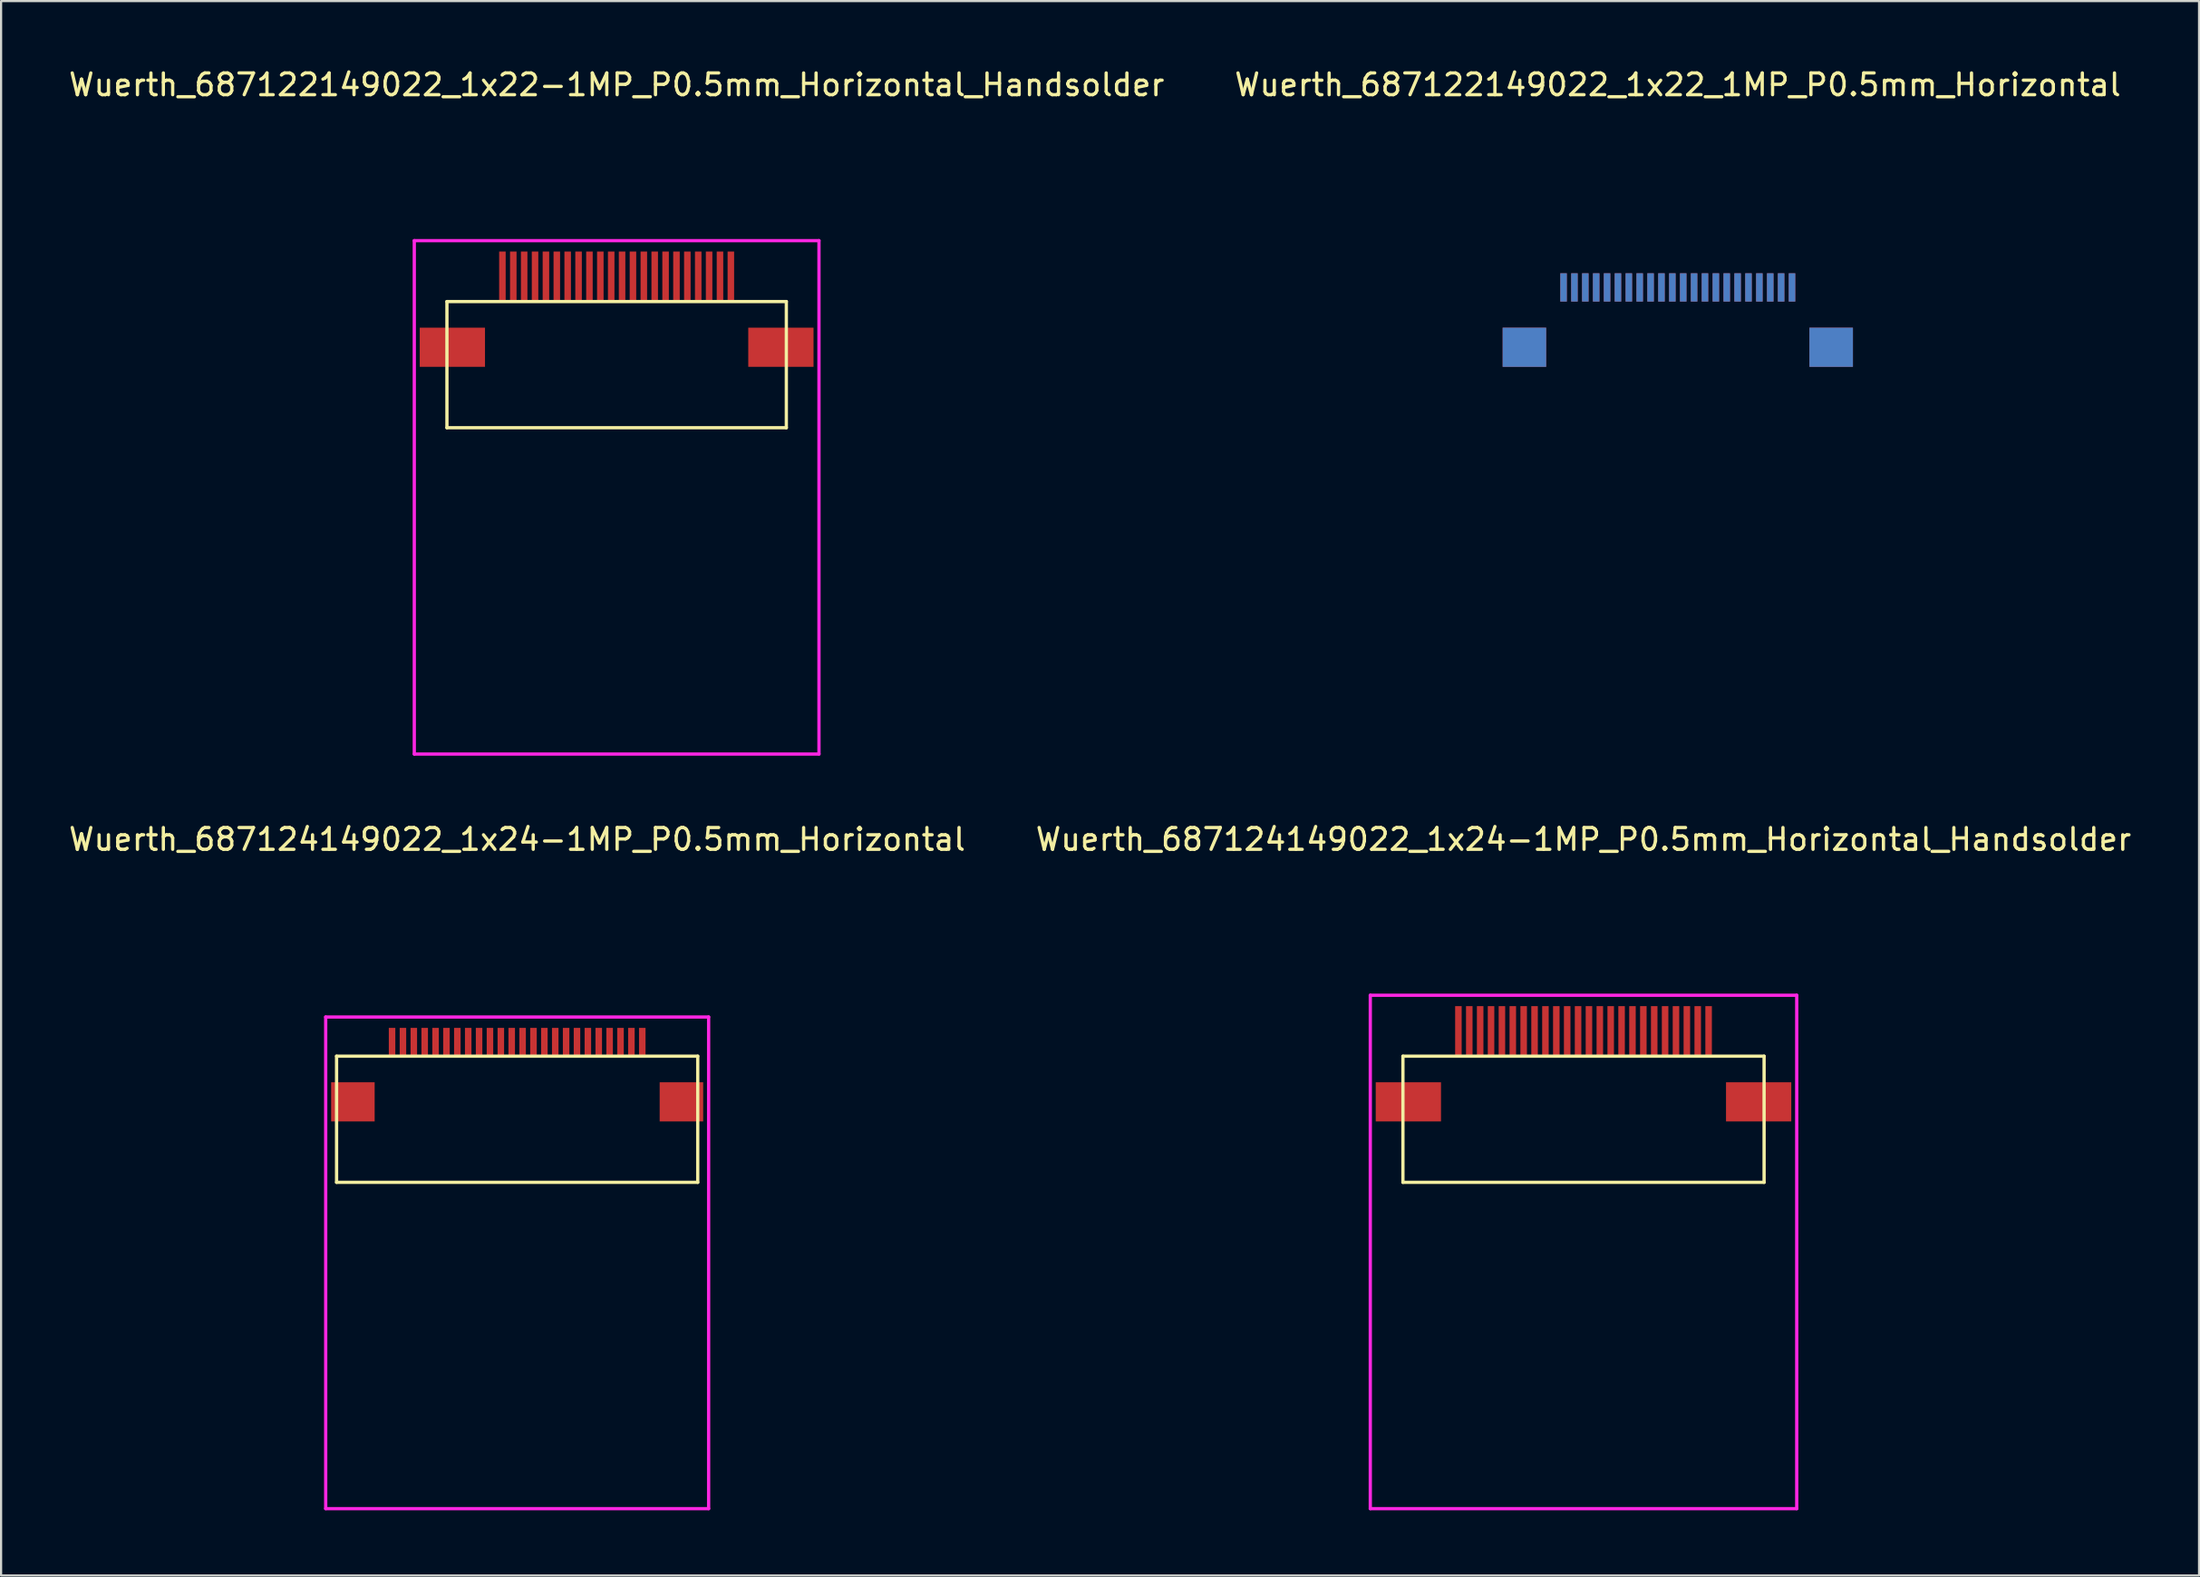
<source format=kicad_pcb>
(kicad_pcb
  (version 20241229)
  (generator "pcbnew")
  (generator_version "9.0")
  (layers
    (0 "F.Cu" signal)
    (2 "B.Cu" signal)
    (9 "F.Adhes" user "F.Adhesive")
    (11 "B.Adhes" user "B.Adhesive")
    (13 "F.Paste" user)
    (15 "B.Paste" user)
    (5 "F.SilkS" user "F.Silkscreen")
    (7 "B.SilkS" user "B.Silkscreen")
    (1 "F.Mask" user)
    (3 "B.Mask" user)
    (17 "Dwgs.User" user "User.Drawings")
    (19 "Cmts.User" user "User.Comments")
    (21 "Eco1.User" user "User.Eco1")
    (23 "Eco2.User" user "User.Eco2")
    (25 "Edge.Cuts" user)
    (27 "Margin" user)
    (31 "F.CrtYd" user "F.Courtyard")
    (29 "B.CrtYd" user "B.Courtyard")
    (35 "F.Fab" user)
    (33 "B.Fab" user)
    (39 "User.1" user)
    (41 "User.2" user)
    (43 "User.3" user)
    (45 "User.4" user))
  (footprint "Wuerth_687122149022_1x22_1MP_P0.5mm_Horizontal"
    (layer "F.Cu")
    (at 74.065 12.913)
    (property "Reference" "Wuerth_687122149022_1x22_1MP_P0.5mm_Horizontal" (at 0 -12.065 0) (layer "F.SilkS") (effects (font (size 1 1) (thickness 0.15))))
    (attr through_hole)
    (pad "1" smd rect (at -5.25 -2.75) (size 0.3 1.3) (layers "*.Cu" "*.Mask"))
    (pad "2" smd rect (at -4.75 -2.75) (size 0.3 1.3) (layers "*.Cu" "*.Mask"))
    (pad "3" smd rect (at -4.25 -2.75) (size 0.3 1.3) (layers "*.Cu" "*.Mask"))
    (pad "4" smd rect (at -3.75 -2.75) (size 0.3 1.3) (layers "*.Cu" "*.Mask"))
    (pad "5" smd rect (at -3.25 -2.75) (size 0.3 1.3) (layers "*.Cu" "*.Mask"))
    (pad "6" smd rect (at -2.75 -2.75) (size 0.3 1.3) (layers "*.Cu" "*.Mask"))
    (pad "7" smd rect (at -2.25 -2.75) (size 0.3 1.3) (layers "*.Cu" "*.Mask"))
    (pad "8" smd rect (at -1.75 -2.75) (size 0.3 1.3) (layers "*.Cu" "*.Mask"))
    (pad "9" smd rect (at -1.25 -2.75) (size 0.3 1.3) (layers "*.Cu" "*.Mask"))
    (pad "10" smd rect (at -0.75 -2.75) (size 0.3 1.3) (layers "*.Cu" "*.Mask"))
    (pad "11" smd rect (at -0.25 -2.75) (size 0.3 1.3) (layers "*.Cu" "*.Mask"))
    (pad "12" smd rect (at 0.25 -2.75) (size 0.3 1.3) (layers "*.Cu" "*.Mask"))
    (pad "13" smd rect (at 0.75 -2.75) (size 0.3 1.3) (layers "*.Cu" "*.Mask"))
    (pad "14" smd rect (at 1.25 -2.75) (size 0.3 1.3) (layers "*.Cu" "*.Mask"))
    (pad "15" smd rect (at 1.75 -2.75) (size 0.3 1.3) (layers "*.Cu" "*.Mask"))
    (pad "16" smd rect (at 2.25 -2.75) (size 0.3 1.3) (layers "*.Cu" "*.Mask"))
    (pad "17" smd rect (at 2.75 -2.75) (size 0.3 1.3) (layers "*.Cu" "*.Mask"))
    (pad "18" smd rect (at 3.25 -2.75) (size 0.3 1.3) (layers "*.Cu" "*.Mask"))
    (pad "19" smd rect (at 3.75 -2.75) (size 0.3 1.3) (layers "*.Cu" "*.Mask"))
    (pad "20" smd rect (at 4.25 -2.75) (size 0.3 1.3) (layers "*.Cu" "*.Mask"))
    (pad "21" smd rect (at 4.75 -2.75) (size 0.3 1.3) (layers "*.Cu" "*.Mask"))
    (pad "22" smd rect (at 5.25 -2.75) (size 0.3 1.3) (layers "*.Cu" "*.Mask"))
    (pad "MP" smd rect (at -7.05 0) (size 2 1.8) (layers "*.Cu" "*.Mask"))
    (pad "MP" smd rect (at 7.05 0) (size 2 1.8) (layers "*.Cu" "*.Mask")))
  (footprint "Wuerth_687124149022_1x24-1MP_P0.5mm_Horizontal"
    (layer "F.Cu")
    (at 20.72 47.602)
    (property "Reference" "Wuerth_687124149022_1x24-1MP_P0.5mm_Horizontal" (at 0 -12.065 0) (layer "F.SilkS") (effects (font (size 1 1) (thickness 0.15))))
    (attr through_hole)
    (fp_line (start -8.3 -2.1) (end 8.3 -2.1) (stroke (width 0.15) (type solid)) (layer "F.SilkS"))
    (fp_line (start -8.3 3.7) (end -8.3 -2.1) (stroke (width 0.15) (type solid)) (layer "F.SilkS"))
    (fp_line (start 8.3 -2.1) (end 8.3 3.7) (stroke (width 0.15) (type solid)) (layer "F.SilkS"))
    (fp_line (start 8.3 3.7) (end -8.3 3.7) (stroke (width 0.15) (type solid)) (layer "F.SilkS"))
    (fp_line (start -8.8 -3.9) (end 8.8 -3.9) (stroke (width 0.15) (type solid)) (layer "F.CrtYd"))
    (fp_line (start -8.8 18.7) (end -8.8 -3.9) (stroke (width 0.15) (type solid)) (layer "F.CrtYd"))
    (fp_line (start 8.8 -3.9) (end 8.8 18.7) (stroke (width 0.15) (type solid)) (layer "F.CrtYd"))
    (fp_line (start 8.8 18.7) (end -8.8 18.7) (stroke (width 0.15) (type solid)) (layer "F.CrtYd"))
    (pad "1" smd rect (at -5.75 -2.75) (size 0.3 1.3) (layers "F.Cu" "F.Mask" "F.Paste"))
    (pad "2" smd rect (at -5.25 -2.75) (size 0.3 1.3) (layers "F.Cu" "F.Mask" "F.Paste"))
    (pad "3" smd rect (at -4.75 -2.75) (size 0.3 1.3) (layers "F.Cu" "F.Mask" "F.Paste"))
    (pad "4" smd rect (at -4.25 -2.75) (size 0.3 1.3) (layers "F.Cu" "F.Mask" "F.Paste"))
    (pad "5" smd rect (at -3.75 -2.75) (size 0.3 1.3) (layers "F.Cu" "F.Mask" "F.Paste"))
    (pad "6" smd rect (at -3.25 -2.75) (size 0.3 1.3) (layers "F.Cu" "F.Mask" "F.Paste"))
    (pad "7" smd rect (at -2.75 -2.75) (size 0.3 1.3) (layers "F.Cu" "F.Mask" "F.Paste"))
    (pad "8" smd rect (at -2.25 -2.75) (size 0.3 1.3) (layers "F.Cu" "F.Mask" "F.Paste"))
    (pad "9" smd rect (at -1.75 -2.75) (size 0.3 1.3) (layers "F.Cu" "F.Mask" "F.Paste"))
    (pad "10" smd rect (at -1.25 -2.75) (size 0.3 1.3) (layers "F.Cu" "F.Mask" "F.Paste"))
    (pad "11" smd rect (at -0.75 -2.75) (size 0.3 1.3) (layers "F.Cu" "F.Mask" "F.Paste"))
    (pad "12" smd rect (at -0.25 -2.75) (size 0.3 1.3) (layers "F.Cu" "F.Mask" "F.Paste"))
    (pad "13" smd rect (at 0.25 -2.75) (size 0.3 1.3) (layers "F.Cu" "F.Mask" "F.Paste"))
    (pad "14" smd rect (at 0.75 -2.75) (size 0.3 1.3) (layers "F.Cu" "F.Mask" "F.Paste"))
    (pad "15" smd rect (at 1.25 -2.75) (size 0.3 1.3) (layers "F.Cu" "F.Mask" "F.Paste"))
    (pad "16" smd rect (at 1.75 -2.75) (size 0.3 1.3) (layers "F.Cu" "F.Mask" "F.Paste"))
    (pad "17" smd rect (at 2.25 -2.75) (size 0.3 1.3) (layers "F.Cu" "F.Mask" "F.Paste"))
    (pad "18" smd rect (at 2.75 -2.75) (size 0.3 1.3) (layers "F.Cu" "F.Mask" "F.Paste"))
    (pad "19" smd rect (at 3.25 -2.75) (size 0.3 1.3) (layers "F.Cu" "F.Mask" "F.Paste"))
    (pad "20" smd rect (at 3.75 -2.75) (size 0.3 1.3) (layers "F.Cu" "F.Mask" "F.Paste"))
    (pad "21" smd rect (at 4.25 -2.75) (size 0.3 1.3) (layers "F.Cu" "F.Mask" "F.Paste"))
    (pad "22" smd rect (at 4.75 -2.75) (size 0.3 1.3) (layers "F.Cu" "F.Mask" "F.Paste"))
    (pad "23" smd rect (at 5.25 -2.75) (size 0.3 1.3) (layers "F.Cu" "F.Mask" "F.Paste"))
    (pad "24" smd rect (at 5.75 -2.75) (size 0.3 1.3) (layers "F.Cu" "F.Mask" "F.Paste"))
    (pad "MP" smd rect (at -7.55 0) (size 2 1.8) (layers "F.Cu" "F.Mask" "F.Paste"))
    (pad "MP" smd rect (at 7.55 0) (size 2 1.8) (layers "F.Cu" "F.Mask" "F.Paste")))
  (footprint "Wuerth_687124149022_1x24-1MP_P0.5mm_Horizontal_Handsolder"
    (layer "F.Cu")
    (at 69.732 47.602)
    (property "Reference" "Wuerth_687124149022_1x24-1MP_P0.5mm_Horizontal_Handsolder" (at 0 -12.065 0) (layer "F.SilkS") (effects (font (size 1 1) (thickness 0.15))))
    (attr through_hole)
    (fp_line (start -8.3 -2.1) (end 8.3 -2.1) (stroke (width 0.15) (type solid)) (layer "F.SilkS"))
    (fp_line (start -8.3 3.7) (end -8.3 -2.1) (stroke (width 0.15) (type solid)) (layer "F.SilkS"))
    (fp_line (start 8.3 -2.1) (end 8.3 3.7) (stroke (width 0.15) (type solid)) (layer "F.SilkS"))
    (fp_line (start 8.3 3.7) (end -8.3 3.7) (stroke (width 0.15) (type solid)) (layer "F.SilkS"))
    (fp_line (start -9.8 -4.9) (end 9.8 -4.9) (stroke (width 0.15) (type solid)) (layer "F.CrtYd"))
    (fp_line (start -9.8 18.7) (end -9.8 -4.9) (stroke (width 0.15) (type solid)) (layer "F.CrtYd"))
    (fp_line (start 9.8 -4.9) (end 9.8 18.7) (stroke (width 0.15) (type solid)) (layer "F.CrtYd"))
    (fp_line (start 9.8 18.7) (end -9.8 18.7) (stroke (width 0.15) (type solid)) (layer "F.CrtYd"))
    (pad "1" smd rect (at -5.75 -3.25) (size 0.3 2.3) (layers "F.Cu" "F.Mask"))
    (pad "2" smd rect (at -5.25 -3.25) (size 0.3 2.3) (layers "F.Cu" "F.Mask"))
    (pad "3" smd rect (at -4.75 -3.25) (size 0.3 2.3) (layers "F.Cu" "F.Mask"))
    (pad "4" smd rect (at -4.25 -3.25) (size 0.3 2.3) (layers "F.Cu" "F.Mask"))
    (pad "5" smd rect (at -3.75 -3.25) (size 0.3 2.3) (layers "F.Cu" "F.Mask"))
    (pad "6" smd rect (at -3.25 -3.25) (size 0.3 2.3) (layers "F.Cu" "F.Mask"))
    (pad "7" smd rect (at -2.75 -3.25) (size 0.3 2.3) (layers "F.Cu" "F.Mask"))
    (pad "8" smd rect (at -2.25 -3.25) (size 0.3 2.3) (layers "F.Cu" "F.Mask"))
    (pad "9" smd rect (at -1.75 -3.25) (size 0.3 2.3) (layers "F.Cu" "F.Mask"))
    (pad "10" smd rect (at -1.25 -3.25) (size 0.3 2.3) (layers "F.Cu" "F.Mask"))
    (pad "11" smd rect (at -0.75 -3.25) (size 0.3 2.3) (layers "F.Cu" "F.Mask"))
    (pad "12" smd rect (at -0.25 -3.25) (size 0.3 2.3) (layers "F.Cu" "F.Mask"))
    (pad "13" smd rect (at 0.25 -3.25) (size 0.3 2.3) (layers "F.Cu" "F.Mask"))
    (pad "14" smd rect (at 0.75 -3.25) (size 0.3 2.3) (layers "F.Cu" "F.Mask"))
    (pad "15" smd rect (at 1.25 -3.25) (size 0.3 2.3) (layers "F.Cu" "F.Mask"))
    (pad "16" smd rect (at 1.75 -3.25) (size 0.3 2.3) (layers "F.Cu" "F.Mask"))
    (pad "17" smd rect (at 2.25 -3.25) (size 0.3 2.3) (layers "F.Cu" "F.Mask"))
    (pad "18" smd rect (at 2.75 -3.25) (size 0.3 2.3) (layers "F.Cu" "F.Mask"))
    (pad "19" smd rect (at 3.25 -3.25) (size 0.3 2.3) (layers "F.Cu" "F.Mask"))
    (pad "20" smd rect (at 3.75 -3.25) (size 0.3 2.3) (layers "F.Cu" "F.Mask"))
    (pad "21" smd rect (at 4.25 -3.25) (size 0.3 2.3) (layers "F.Cu" "F.Mask"))
    (pad "22" smd rect (at 4.75 -3.25) (size 0.3 2.3) (layers "F.Cu" "F.Mask"))
    (pad "23" smd rect (at 5.25 -3.25) (size 0.3 2.3) (layers "F.Cu" "F.Mask"))
    (pad "24" smd rect (at 5.75 -3.25) (size 0.3 2.3) (layers "F.Cu" "F.Mask"))
    (pad "MP" smd rect (at -8.05 0) (size 3 1.8) (layers "F.Cu" "F.Mask"))
    (pad "MP" smd rect (at 8.05 0) (size 3 1.8) (layers "F.Cu" "F.Mask")))
  (footprint "Wuerth_687122149022_1x22-1MP_P0.5mm_Horizontal_Handsolder"
    (layer "F.Cu")
    (at 25.292 12.913)
    (property "Reference" "Wuerth_687122149022_1x22-1MP_P0.5mm_Horizontal_Handsolder" (at 0 -12.065 0) (layer "F.SilkS") (effects (font (size 1 1) (thickness 0.15))))
    (attr through_hole)
    (fp_line (start -7.8 -2.1) (end 7.8 -2.1) (stroke (width 0.15) (type solid)) (layer "F.SilkS"))
    (fp_line (start -7.8 3.7) (end -7.8 -2.1) (stroke (width 0.15) (type solid)) (layer "F.SilkS"))
    (fp_line (start 7.8 -2.1) (end 7.8 3.7) (stroke (width 0.15) (type solid)) (layer "F.SilkS"))
    (fp_line (start 7.8 3.7) (end -7.8 3.7) (stroke (width 0.15) (type solid)) (layer "F.SilkS"))
    (fp_line (start -9.3 -4.9) (end 9.3 -4.9) (stroke (width 0.15) (type solid)) (layer "F.CrtYd"))
    (fp_line (start -9.3 18.7) (end -9.3 -4.9) (stroke (width 0.15) (type solid)) (layer "F.CrtYd"))
    (fp_line (start 9.3 -4.9) (end 9.3 18.7) (stroke (width 0.15) (type solid)) (layer "F.CrtYd"))
    (fp_line (start 9.3 18.7) (end -9.3 18.7) (stroke (width 0.15) (type solid)) (layer "F.CrtYd"))
    (pad "1" smd rect (at -5.25 -3.25) (size 0.3 2.3) (layers "F.Cu" "F.Mask"))
    (pad "2" smd rect (at -4.75 -3.25) (size 0.3 2.3) (layers "F.Cu" "F.Mask"))
    (pad "3" smd rect (at -4.25 -3.25) (size 0.3 2.3) (layers "F.Cu" "F.Mask"))
    (pad "4" smd rect (at -3.75 -3.25) (size 0.3 2.3) (layers "F.Cu" "F.Mask"))
    (pad "5" smd rect (at -3.25 -3.25) (size 0.3 2.3) (layers "F.Cu" "F.Mask"))
    (pad "6" smd rect (at -2.75 -3.25) (size 0.3 2.3) (layers "F.Cu" "F.Mask"))
    (pad "7" smd rect (at -2.25 -3.25) (size 0.3 2.3) (layers "F.Cu" "F.Mask"))
    (pad "8" smd rect (at -1.75 -3.25) (size 0.3 2.3) (layers "F.Cu" "F.Mask"))
    (pad "9" smd rect (at -1.25 -3.25) (size 0.3 2.3) (layers "F.Cu" "F.Mask"))
    (pad "10" smd rect (at -0.75 -3.25) (size 0.3 2.3) (layers "F.Cu" "F.Mask"))
    (pad "11" smd rect (at -0.25 -3.25) (size 0.3 2.3) (layers "F.Cu" "F.Mask"))
    (pad "12" smd rect (at 0.25 -3.25) (size 0.3 2.3) (layers "F.Cu" "F.Mask"))
    (pad "13" smd rect (at 0.75 -3.25) (size 0.3 2.3) (layers "F.Cu" "F.Mask"))
    (pad "14" smd rect (at 1.25 -3.25) (size 0.3 2.3) (layers "F.Cu" "F.Mask"))
    (pad "15" smd rect (at 1.75 -3.25) (size 0.3 2.3) (layers "F.Cu" "F.Mask"))
    (pad "16" smd rect (at 2.25 -3.25) (size 0.3 2.3) (layers "F.Cu" "F.Mask"))
    (pad "17" smd rect (at 2.75 -3.25) (size 0.3 2.3) (layers "F.Cu" "F.Mask"))
    (pad "18" smd rect (at 3.25 -3.25) (size 0.3 2.3) (layers "F.Cu" "F.Mask"))
    (pad "19" smd rect (at 3.75 -3.25) (size 0.3 2.3) (layers "F.Cu" "F.Mask"))
    (pad "20" smd rect (at 4.25 -3.25) (size 0.3 2.3) (layers "F.Cu" "F.Mask"))
    (pad "21" smd rect (at 4.75 -3.25) (size 0.3 2.3) (layers "F.Cu" "F.Mask"))
    (pad "22" smd rect (at 5.25 -3.25) (size 0.3 2.3) (layers "F.Cu" "F.Mask"))
    (pad "MP" smd rect (at -7.55 0) (size 3 1.8) (layers "F.Cu" "F.Mask"))
    (pad "MP" smd rect (at 7.55 0) (size 3 1.8) (layers "F.Cu" "F.Mask")))
  (gr_rect
    (start -3 -3)
    (end 98.024 69.376)
    (stroke (width 0.1) (type default))
    (fill no)
    (layer "Edge.Cuts")))
</source>
